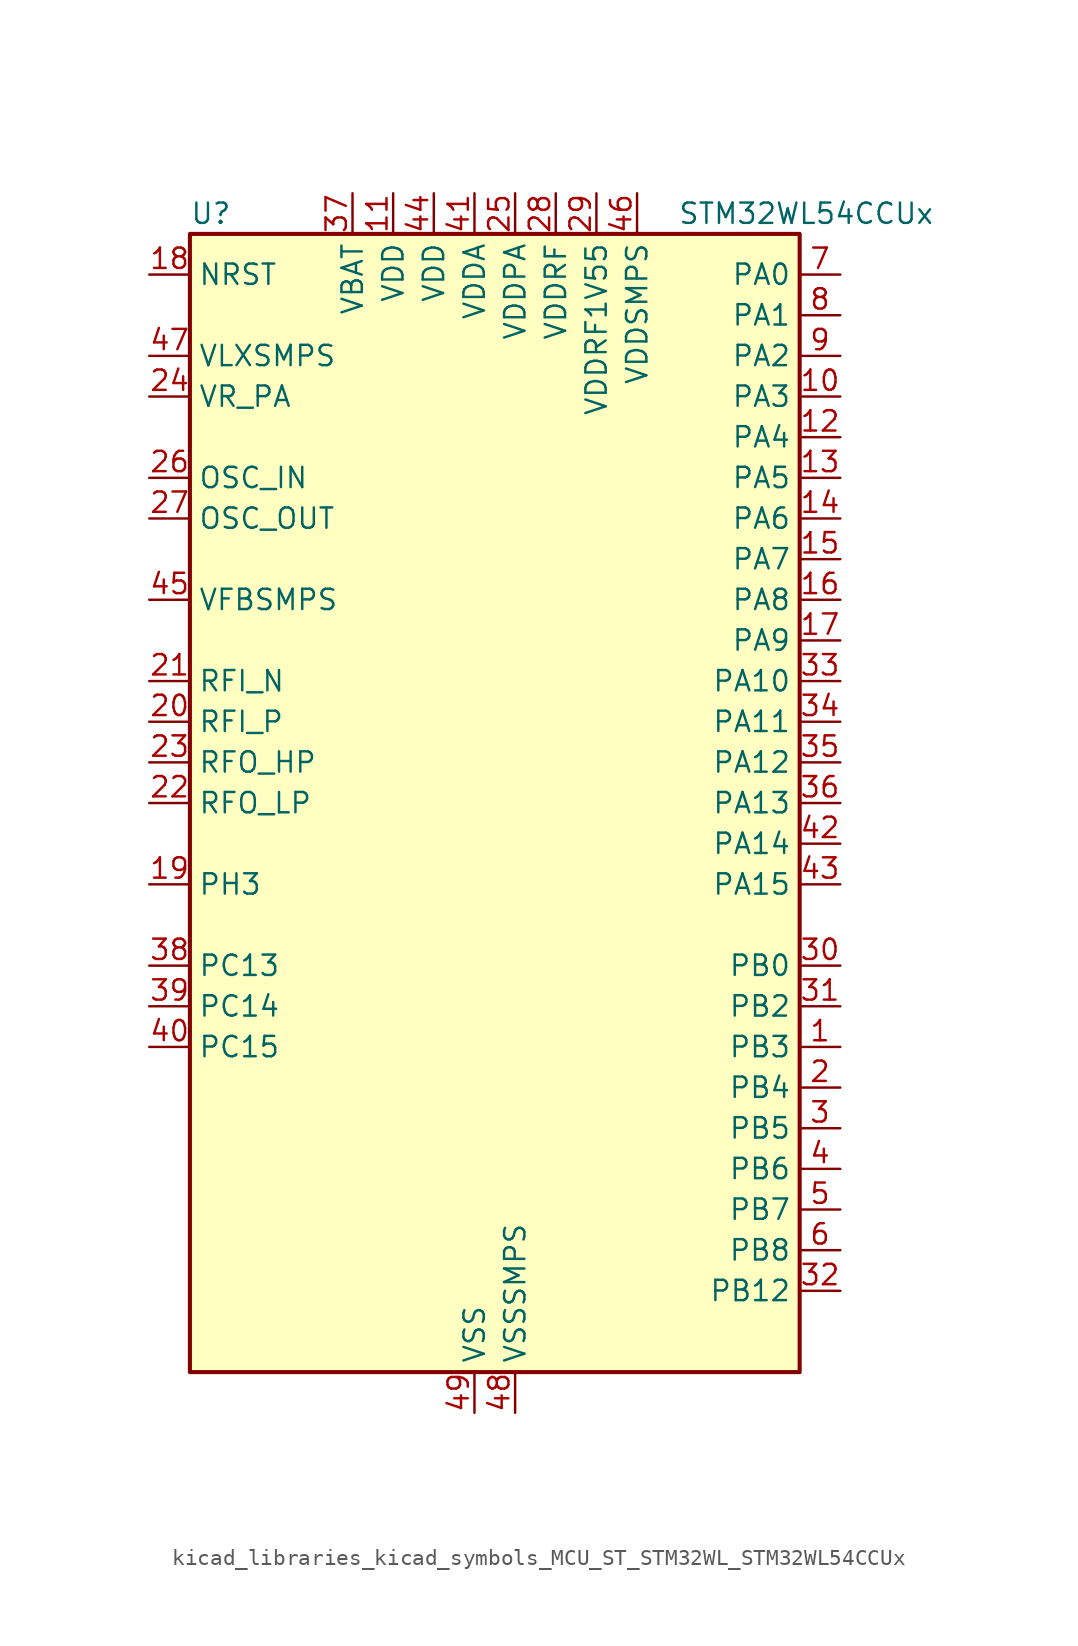
<source format=kicad_sym>
(kicad_symbol_lib
  (version 20220914)
  (generator kicad_symbol_editor)
  (symbol "kicad_libraries_kicad_symbols_MCU_ST_STM32WL_STM32WL54CCUx"
    (property "Reference" "U"
      (at -17.78 36.83 0)
      (effects (font (size 1.27 1.27)) (justify left)))
    (property "Value" "STM32WL54CCUx"
      (at 12.7 36.83 0)
      (effects (font (size 1.27 1.27)) (justify left)))
    (property "ki_locked" ""
      (at 0 0 0)
      (effects (font (size 1.27 1.27))))
    (symbol "kicad_libraries_kicad_symbols_MCU_ST_STM32WL_STM32WL54CCUx_0_1"
      (rectangle (start -17.78 -35.56) (end 20.32 35.56) (stroke (width 0.254) (type default)) (fill (type background))))
    (symbol "kicad_libraries_kicad_symbols_MCU_ST_STM32WL_STM32WL54CCUx_1_1"
      (pin bidirectional line (at 22.86 -15.24 180) (length 2.54) (name "PB3" (effects (font (size 1.27 1.27)))) (number "1" (effects (font (size 1.27 1.27)))) (alternate "ADC_IN2" bidirectional line) (alternate "COMP1_INM" bidirectional line) (alternate "COMP2_INM" bidirectional line) (alternate "DEBUG_JTDO-SWO" bidirectional line) (alternate "DEBUG_RF-DTB1" bidirectional line) (alternate "PWR_WKUP3" bidirectional line) (alternate "RTC_TAMP_IN3" bidirectional line) (alternate "SPI1_SCK" bidirectional line) (alternate "TIM2_CH2" bidirectional line) (alternate "USART1_DE" bidirectional line) (alternate "USART1_RTS" bidirectional line))
      (pin bidirectional line (at 22.86 25.4 180) (length 2.54) (name "PA3" (effects (font (size 1.27 1.27)))) (number "10" (effects (font (size 1.27 1.27)))) (alternate "I2S2_MCK" bidirectional line) (alternate "LPUART1_RX" bidirectional line) (alternate "TIM2_CH4" bidirectional line) (alternate "USART2_RX" bidirectional line))
      (pin power_in line (at -5.08 38.1 270) (length 2.54) (name "VDD" (effects (font (size 1.27 1.27)))) (number "11" (effects (font (size 1.27 1.27)))))
      (pin bidirectional line (at 22.86 22.86 180) (length 2.54) (name "PA4" (effects (font (size 1.27 1.27)))) (number "12" (effects (font (size 1.27 1.27)))) (alternate "DEBUG_SUBGHZSPI-NSSOUT" bidirectional line) (alternate "LPTIM1_OUT" bidirectional line) (alternate "LPTIM2_OUT" bidirectional line) (alternate "RTC_OUT2" bidirectional line) (alternate "SPI1_NSS" bidirectional line) (alternate "USART2_CK" bidirectional line))
      (pin bidirectional line (at 22.86 20.32 180) (length 2.54) (name "PA5" (effects (font (size 1.27 1.27)))) (number "13" (effects (font (size 1.27 1.27)))) (alternate "DEBUG_SUBGHZSPI-SCKOUT" bidirectional line) (alternate "LPTIM2_ETR" bidirectional line) (alternate "SPI1_SCK" bidirectional line) (alternate "SPI2_MISO" bidirectional line) (alternate "TIM2_CH1" bidirectional line) (alternate "TIM2_ETR" bidirectional line))
      (pin bidirectional line (at 22.86 17.78 180) (length 2.54) (name "PA6" (effects (font (size 1.27 1.27)))) (number "14" (effects (font (size 1.27 1.27)))) (alternate "DEBUG_SUBGHZSPI-MISOOUT" bidirectional line) (alternate "I2C2_SMBA" bidirectional line) (alternate "LPUART1_CTS" bidirectional line) (alternate "SPI1_MISO" bidirectional line) (alternate "TIM16_CH1" bidirectional line) (alternate "TIM1_BKIN" bidirectional line))
      (pin bidirectional line (at 22.86 15.24 180) (length 2.54) (name "PA7" (effects (font (size 1.27 1.27)))) (number "15" (effects (font (size 1.27 1.27)))) (alternate "COMP2_OUT" bidirectional line) (alternate "DEBUG_SUBGHZSPI-MOSIOUT" bidirectional line) (alternate "I2C3_SCL" bidirectional line) (alternate "SPI1_MOSI" bidirectional line) (alternate "TIM17_CH1" bidirectional line) (alternate "TIM1_CH1N" bidirectional line))
      (pin bidirectional line (at 22.86 12.7 180) (length 2.54) (name "PA8" (effects (font (size 1.27 1.27)))) (number "16" (effects (font (size 1.27 1.27)))) (alternate "I2S2_CK" bidirectional line) (alternate "LPTIM2_OUT" bidirectional line) (alternate "RCC_MCO" bidirectional line) (alternate "SPI2_SCK" bidirectional line) (alternate "TIM1_CH1" bidirectional line) (alternate "USART1_CK" bidirectional line))
      (pin bidirectional line (at 22.86 10.16 180) (length 2.54) (name "PA9" (effects (font (size 1.27 1.27)))) (number "17" (effects (font (size 1.27 1.27)))) (alternate "DAC_EXTI9" bidirectional line) (alternate "I2C1_SCL" bidirectional line) (alternate "I2S2_CK" bidirectional line) (alternate "I2S2_WS" bidirectional line) (alternate "SPI2_NSS" bidirectional line) (alternate "SPI2_SCK" bidirectional line) (alternate "TIM1_CH2" bidirectional line) (alternate "USART1_TX" bidirectional line))
      (pin input line (at -20.32 33.02 0) (length 2.54) (name "NRST" (effects (font (size 1.27 1.27)))) (number "18" (effects (font (size 1.27 1.27)))))
      (pin bidirectional line (at -20.32 -5.08 0) (length 2.54) (name "PH3" (effects (font (size 1.27 1.27)))) (number "19" (effects (font (size 1.27 1.27)))))
      (pin bidirectional line (at 22.86 -17.78 180) (length 2.54) (name "PB4" (effects (font (size 1.27 1.27)))) (number "2" (effects (font (size 1.27 1.27)))) (alternate "ADC_IN3" bidirectional line) (alternate "COMP1_INP" bidirectional line) (alternate "COMP2_INP" bidirectional line) (alternate "DEBUG_JTRST" bidirectional line) (alternate "DEBUG_RF-LDORDY" bidirectional line) (alternate "I2C3_SDA" bidirectional line) (alternate "SPI1_MISO" bidirectional line) (alternate "TIM17_BKIN" bidirectional line) (alternate "USART1_CTS" bidirectional line) (alternate "USART1_NSS" bidirectional line))
      (pin bidirectional line (at -20.32 5.08 0) (length 2.54) (name "RFI_P" (effects (font (size 1.27 1.27)))) (number "20" (effects (font (size 1.27 1.27)))))
      (pin bidirectional line (at -20.32 7.62 0) (length 2.54) (name "RFI_N" (effects (font (size 1.27 1.27)))) (number "21" (effects (font (size 1.27 1.27)))))
      (pin bidirectional line (at -20.32 0 0) (length 2.54) (name "RFO_LP" (effects (font (size 1.27 1.27)))) (number "22" (effects (font (size 1.27 1.27)))))
      (pin bidirectional line (at -20.32 2.54 0) (length 2.54) (name "RFO_HP" (effects (font (size 1.27 1.27)))) (number "23" (effects (font (size 1.27 1.27)))))
      (pin power_in line (at -20.32 25.4 0) (length 2.54) (name "VR_PA" (effects (font (size 1.27 1.27)))) (number "24" (effects (font (size 1.27 1.27)))))
      (pin power_in line (at 2.54 38.1 270) (length 2.54) (name "VDDPA" (effects (font (size 1.27 1.27)))) (number "25" (effects (font (size 1.27 1.27)))))
      (pin input line (at -20.32 20.32 0) (length 2.54) (name "OSC_IN" (effects (font (size 1.27 1.27)))) (number "26" (effects (font (size 1.27 1.27)))) (alternate "RCC_OSC_IN" bidirectional line))
      (pin input line (at -20.32 17.78 0) (length 2.54) (name "OSC_OUT" (effects (font (size 1.27 1.27)))) (number "27" (effects (font (size 1.27 1.27)))) (alternate "RCC_OSC_OUT" bidirectional line))
      (pin power_in line (at 5.08 38.1 270) (length 2.54) (name "VDDRF" (effects (font (size 1.27 1.27)))) (number "28" (effects (font (size 1.27 1.27)))))
      (pin power_in line (at 7.62 38.1 270) (length 2.54) (name "VDDRF1V55" (effects (font (size 1.27 1.27)))) (number "29" (effects (font (size 1.27 1.27)))))
      (pin bidirectional line (at 22.86 -20.32 180) (length 2.54) (name "PB5" (effects (font (size 1.27 1.27)))) (number "3" (effects (font (size 1.27 1.27)))) (alternate "COMP2_OUT" bidirectional line) (alternate "I2C1_SMBA" bidirectional line) (alternate "LPTIM1_IN1" bidirectional line) (alternate "SPI1_MOSI" bidirectional line) (alternate "TIM16_BKIN" bidirectional line) (alternate "USART1_CK" bidirectional line))
      (pin bidirectional line (at 22.86 -10.16 180) (length 2.54) (name "PB0" (effects (font (size 1.27 1.27)))) (number "30" (effects (font (size 1.27 1.27)))) (alternate "COMP1_OUT" bidirectional line) (alternate "VDDTCXO" bidirectional line))
      (pin bidirectional line (at 22.86 -12.7 180) (length 2.54) (name "PB2" (effects (font (size 1.27 1.27)))) (number "31" (effects (font (size 1.27 1.27)))) (alternate "ADC_IN4" bidirectional line) (alternate "COMP1_INP" bidirectional line) (alternate "COMP2_INM" bidirectional line) (alternate "DEBUG_RF-SMPSRDY" bidirectional line) (alternate "I2C3_SMBA" bidirectional line) (alternate "LPTIM1_OUT" bidirectional line) (alternate "SPI1_NSS" bidirectional line))
      (pin bidirectional line (at 22.86 -30.48 180) (length 2.54) (name "PB12" (effects (font (size 1.27 1.27)))) (number "32" (effects (font (size 1.27 1.27)))) (alternate "I2C3_SMBA" bidirectional line) (alternate "I2S2_WS" bidirectional line) (alternate "LPUART1_RTS" bidirectional line) (alternate "SPI2_NSS" bidirectional line) (alternate "TIM1_BKIN" bidirectional line))
      (pin bidirectional line (at 22.86 7.62 180) (length 2.54) (name "PA10" (effects (font (size 1.27 1.27)))) (number "33" (effects (font (size 1.27 1.27)))) (alternate "ADC_IN6" bidirectional line) (alternate "COMP1_INM" bidirectional line) (alternate "COMP2_INM" bidirectional line) (alternate "DAC_OUT1" bidirectional line) (alternate "DEBUG_RF-HSE32RDY" bidirectional line) (alternate "I2C1_SDA" bidirectional line) (alternate "I2S2_SD" bidirectional line) (alternate "RTC_REFIN" bidirectional line) (alternate "SPI2_MOSI" bidirectional line) (alternate "TIM17_BKIN" bidirectional line) (alternate "TIM1_CH3" bidirectional line) (alternate "USART1_RX" bidirectional line))
      (pin bidirectional line (at 22.86 5.08 180) (length 2.54) (name "PA11" (effects (font (size 1.27 1.27)))) (number "34" (effects (font (size 1.27 1.27)))) (alternate "ADC_EXTI11" bidirectional line) (alternate "ADC_IN7" bidirectional line) (alternate "COMP1_INM" bidirectional line) (alternate "COMP2_INM" bidirectional line) (alternate "DEBUG_RF-NRESET" bidirectional line) (alternate "I2C2_SDA" bidirectional line) (alternate "LPTIM3_ETR" bidirectional line) (alternate "SPI1_MISO" bidirectional line) (alternate "TIM1_BKIN2" bidirectional line) (alternate "TIM1_CH4" bidirectional line) (alternate "USART1_CTS" bidirectional line) (alternate "USART1_NSS" bidirectional line))
      (pin bidirectional line (at 22.86 2.54 180) (length 2.54) (name "PA12" (effects (font (size 1.27 1.27)))) (number "35" (effects (font (size 1.27 1.27)))) (alternate "ADC_IN8" bidirectional line) (alternate "DEBUG_RF-BUSY" bidirectional line) (alternate "I2C2_SCL" bidirectional line) (alternate "LPTIM3_IN1" bidirectional line) (alternate "SPI1_MOSI" bidirectional line) (alternate "TIM1_ETR" bidirectional line) (alternate "USART1_DE" bidirectional line) (alternate "USART1_RTS" bidirectional line))
      (pin bidirectional line (at 22.86 0 180) (length 2.54) (name "PA13" (effects (font (size 1.27 1.27)))) (number "36" (effects (font (size 1.27 1.27)))) (alternate "ADC_IN9" bidirectional line) (alternate "DEBUG_JTMS-SWDIO" bidirectional line) (alternate "I2C2_SMBA" bidirectional line) (alternate "IR_OUT" bidirectional line))
      (pin power_in line (at -7.62 38.1 270) (length 2.54) (name "VBAT" (effects (font (size 1.27 1.27)))) (number "37" (effects (font (size 1.27 1.27)))))
      (pin bidirectional line (at -20.32 -10.16 0) (length 2.54) (name "PC13" (effects (font (size 1.27 1.27)))) (number "38" (effects (font (size 1.27 1.27)))) (alternate "PWR_WKUP2" bidirectional line) (alternate "RTC_OUT1" bidirectional line) (alternate "RTC_TAMP_IN1" bidirectional line) (alternate "RTC_TS" bidirectional line))
      (pin bidirectional line (at -20.32 -12.7 0) (length 2.54) (name "PC14" (effects (font (size 1.27 1.27)))) (number "39" (effects (font (size 1.27 1.27)))) (alternate "RCC_OSC32_IN" bidirectional line))
      (pin bidirectional line (at 22.86 -22.86 180) (length 2.54) (name "PB6" (effects (font (size 1.27 1.27)))) (number "4" (effects (font (size 1.27 1.27)))) (alternate "I2C1_SCL" bidirectional line) (alternate "LPTIM1_ETR" bidirectional line) (alternate "TIM16_CH1N" bidirectional line) (alternate "USART1_TX" bidirectional line))
      (pin bidirectional line (at -20.32 -15.24 0) (length 2.54) (name "PC15" (effects (font (size 1.27 1.27)))) (number "40" (effects (font (size 1.27 1.27)))) (alternate "RCC_OSC32_OUT" bidirectional line))
      (pin power_in line (at 0 38.1 270) (length 2.54) (name "VDDA" (effects (font (size 1.27 1.27)))) (number "41" (effects (font (size 1.27 1.27)))))
      (pin bidirectional line (at 22.86 -2.54 180) (length 2.54) (name "PA14" (effects (font (size 1.27 1.27)))) (number "42" (effects (font (size 1.27 1.27)))) (alternate "ADC_IN10" bidirectional line) (alternate "DEBUG_JTCK-SWCLK" bidirectional line) (alternate "I2C1_SMBA" bidirectional line) (alternate "LPTIM1_OUT" bidirectional line))
      (pin bidirectional line (at 22.86 -5.08 180) (length 2.54) (name "PA15" (effects (font (size 1.27 1.27)))) (number "43" (effects (font (size 1.27 1.27)))) (alternate "ADC_IN11" bidirectional line) (alternate "COMP1_INM" bidirectional line) (alternate "COMP2_INP" bidirectional line) (alternate "DEBUG_JTDI" bidirectional line) (alternate "I2C2_SDA" bidirectional line) (alternate "SPI1_NSS" bidirectional line) (alternate "TIM2_CH1" bidirectional line) (alternate "TIM2_ETR" bidirectional line))
      (pin power_in line (at -2.54 38.1 270) (length 2.54) (name "VDD" (effects (font (size 1.27 1.27)))) (number "44" (effects (font (size 1.27 1.27)))))
      (pin input line (at -20.32 12.7 0) (length 2.54) (name "VFBSMPS" (effects (font (size 1.27 1.27)))) (number "45" (effects (font (size 1.27 1.27)))))
      (pin power_in line (at 10.16 38.1 270) (length 2.54) (name "VDDSMPS" (effects (font (size 1.27 1.27)))) (number "46" (effects (font (size 1.27 1.27)))))
      (pin power_in line (at -20.32 27.94 0) (length 2.54) (name "VLXSMPS" (effects (font (size 1.27 1.27)))) (number "47" (effects (font (size 1.27 1.27)))))
      (pin power_in line (at 2.54 -38.1 90) (length 2.54) (name "VSSSMPS" (effects (font (size 1.27 1.27)))) (number "48" (effects (font (size 1.27 1.27)))))
      (pin power_in line (at 0 -38.1 90) (length 2.54) (name "VSS" (effects (font (size 1.27 1.27)))) (number "49" (effects (font (size 1.27 1.27)))))
      (pin bidirectional line (at 22.86 -25.4 180) (length 2.54) (name "PB7" (effects (font (size 1.27 1.27)))) (number "5" (effects (font (size 1.27 1.27)))) (alternate "I2C1_SDA" bidirectional line) (alternate "LPTIM1_IN2" bidirectional line) (alternate "PWR_PVD_IN" bidirectional line) (alternate "TIM17_CH1N" bidirectional line) (alternate "TIM1_BKIN" bidirectional line) (alternate "USART1_RX" bidirectional line))
      (pin bidirectional line (at 22.86 -27.94 180) (length 2.54) (name "PB8" (effects (font (size 1.27 1.27)))) (number "6" (effects (font (size 1.27 1.27)))) (alternate "I2C1_SCL" bidirectional line) (alternate "TIM16_CH1" bidirectional line) (alternate "TIM1_CH2N" bidirectional line))
      (pin bidirectional line (at 22.86 33.02 180) (length 2.54) (name "PA0" (effects (font (size 1.27 1.27)))) (number "7" (effects (font (size 1.27 1.27)))) (alternate "COMP1_OUT" bidirectional line) (alternate "DEBUG_PWR-REGLP1S" bidirectional line) (alternate "I2C3_SMBA" bidirectional line) (alternate "I2S_CKIN" bidirectional line) (alternate "PWR_WKUP1" bidirectional line) (alternate "RTC_TAMP_IN2" bidirectional line) (alternate "TIM2_CH1" bidirectional line) (alternate "TIM2_ETR" bidirectional line) (alternate "USART2_CTS" bidirectional line) (alternate "USART2_NSS" bidirectional line))
      (pin bidirectional line (at 22.86 30.48 180) (length 2.54) (name "PA1" (effects (font (size 1.27 1.27)))) (number "8" (effects (font (size 1.27 1.27)))) (alternate "DEBUG_PWR-REGLP2S" bidirectional line) (alternate "I2C1_SMBA" bidirectional line) (alternate "LPTIM3_OUT" bidirectional line) (alternate "LPUART1_RTS" bidirectional line) (alternate "SPI1_SCK" bidirectional line) (alternate "TIM2_CH2" bidirectional line) (alternate "USART2_DE" bidirectional line) (alternate "USART2_RTS" bidirectional line))
      (pin bidirectional line (at 22.86 27.94 180) (length 2.54) (name "PA2" (effects (font (size 1.27 1.27)))) (number "9" (effects (font (size 1.27 1.27)))) (alternate "COMP2_OUT" bidirectional line) (alternate "DEBUG_PWR-LDORDY" bidirectional line) (alternate "LPUART1_TX" bidirectional line) (alternate "RCC_LSCO" bidirectional line) (alternate "TIM2_CH3" bidirectional line) (alternate "USART2_TX" bidirectional line)))))
</source>
